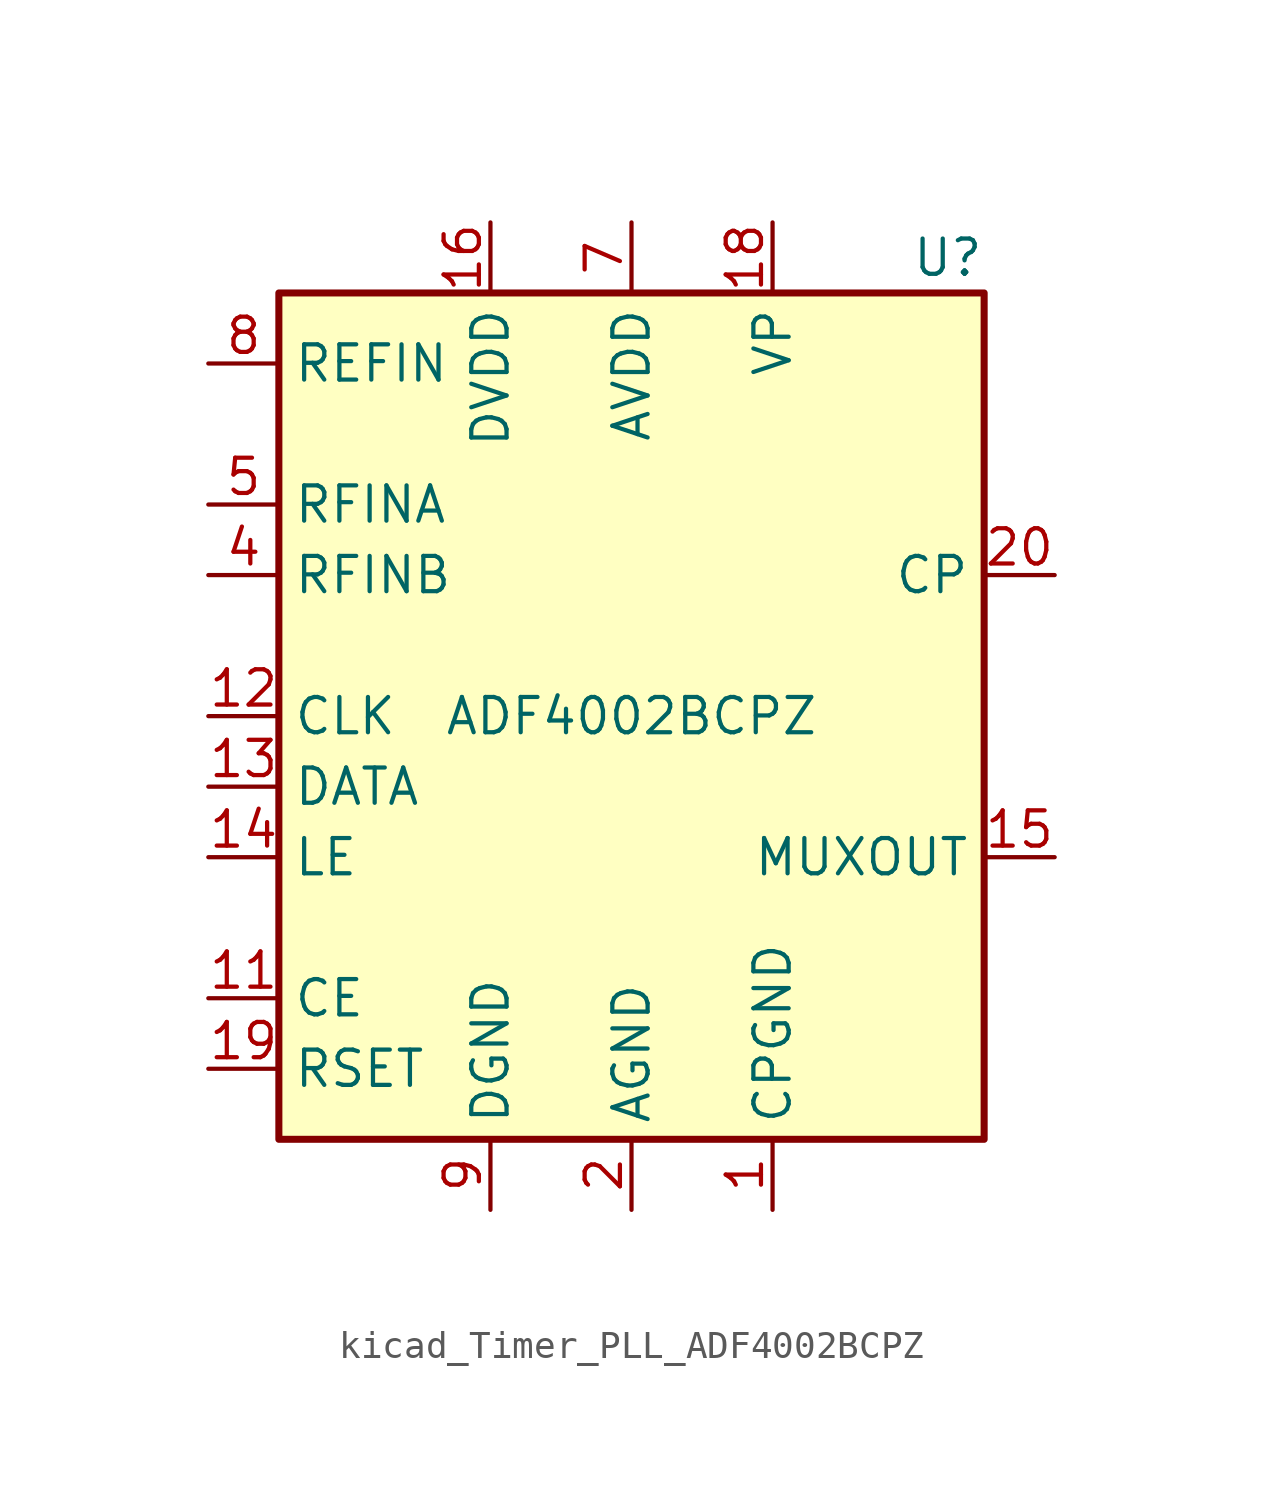
<source format=kicad_sym>
(kicad_symbol_lib
  (version 20220914)
  (generator kicad_symbol_editor)
  (symbol "kicad_Timer_PLL_ADF4002BCPZ"
    (property "Reference" "U"
      (at 12.7 16.51 0)
      (effects (font (size 1.27 1.27)) (justify right)))
    (property "Value" "ADF4002BCPZ"
      (at 0 0 0)
      (effects (font (size 1.27 1.27))))
    (symbol "kicad_Timer_PLL_ADF4002BCPZ_0_1"
      (rectangle (start -12.7 15.24) (end 12.7 -15.24) (stroke (width 0.254) (type default)) (fill (type background))))
    (symbol "kicad_Timer_PLL_ADF4002BCPZ_1_1"
      (pin power_in line (at 5.08 -17.78 90) (length 2.54) (name "CPGND" (effects (font (size 1.27 1.27)))) (number "1" (effects (font (size 1.27 1.27)))))
      (pin passive line (at -5.08 -17.78 90) (length 2.54) hide (name "DGND" (effects (font (size 1.27 1.27)))) (number "10" (effects (font (size 1.27 1.27)))))
      (pin input line (at -15.24 -10.16 0) (length 2.54) (name "CE" (effects (font (size 1.27 1.27)))) (number "11" (effects (font (size 1.27 1.27)))))
      (pin input line (at -15.24 0 0) (length 2.54) (name "CLK" (effects (font (size 1.27 1.27)))) (number "12" (effects (font (size 1.27 1.27)))))
      (pin input line (at -15.24 -2.54 0) (length 2.54) (name "DATA" (effects (font (size 1.27 1.27)))) (number "13" (effects (font (size 1.27 1.27)))))
      (pin input line (at -15.24 -5.08 0) (length 2.54) (name "LE" (effects (font (size 1.27 1.27)))) (number "14" (effects (font (size 1.27 1.27)))))
      (pin output line (at 15.24 -5.08 180) (length 2.54) (name "MUXOUT" (effects (font (size 1.27 1.27)))) (number "15" (effects (font (size 1.27 1.27)))))
      (pin power_in line (at -5.08 17.78 270) (length 2.54) (name "DVDD" (effects (font (size 1.27 1.27)))) (number "16" (effects (font (size 1.27 1.27)))))
      (pin passive line (at -5.08 17.78 270) (length 2.54) hide (name "DVDD" (effects (font (size 1.27 1.27)))) (number "17" (effects (font (size 1.27 1.27)))))
      (pin power_in line (at 5.08 17.78 270) (length 2.54) (name "VP" (effects (font (size 1.27 1.27)))) (number "18" (effects (font (size 1.27 1.27)))))
      (pin input line (at -15.24 -12.7 0) (length 2.54) (name "RSET" (effects (font (size 1.27 1.27)))) (number "19" (effects (font (size 1.27 1.27)))))
      (pin power_in line (at 0 -17.78 90) (length 2.54) (name "AGND" (effects (font (size 1.27 1.27)))) (number "2" (effects (font (size 1.27 1.27)))))
      (pin output line (at 15.24 5.08 180) (length 2.54) (name "CP" (effects (font (size 1.27 1.27)))) (number "20" (effects (font (size 1.27 1.27)))))
      (pin passive line (at 0 -17.78 90) (length 2.54) hide (name "AGND" (effects (font (size 1.27 1.27)))) (number "21" (effects (font (size 1.27 1.27)))))
      (pin passive line (at 0 -17.78 90) (length 2.54) hide (name "AGND" (effects (font (size 1.27 1.27)))) (number "3" (effects (font (size 1.27 1.27)))))
      (pin input line (at -15.24 5.08 0) (length 2.54) (name "RFINB" (effects (font (size 1.27 1.27)))) (number "4" (effects (font (size 1.27 1.27)))))
      (pin input line (at -15.24 7.62 0) (length 2.54) (name "RFINA" (effects (font (size 1.27 1.27)))) (number "5" (effects (font (size 1.27 1.27)))))
      (pin passive line (at 0 17.78 270) (length 2.54) hide (name "AVDD" (effects (font (size 1.27 1.27)))) (number "6" (effects (font (size 1.27 1.27)))))
      (pin power_in line (at 0 17.78 270) (length 2.54) (name "AVDD" (effects (font (size 1.27 1.27)))) (number "7" (effects (font (size 1.27 1.27)))))
      (pin input line (at -15.24 12.7 0) (length 2.54) (name "REFIN" (effects (font (size 1.27 1.27)))) (number "8" (effects (font (size 1.27 1.27)))))
      (pin power_in line (at -5.08 -17.78 90) (length 2.54) (name "DGND" (effects (font (size 1.27 1.27)))) (number "9" (effects (font (size 1.27 1.27))))))))
</source>
